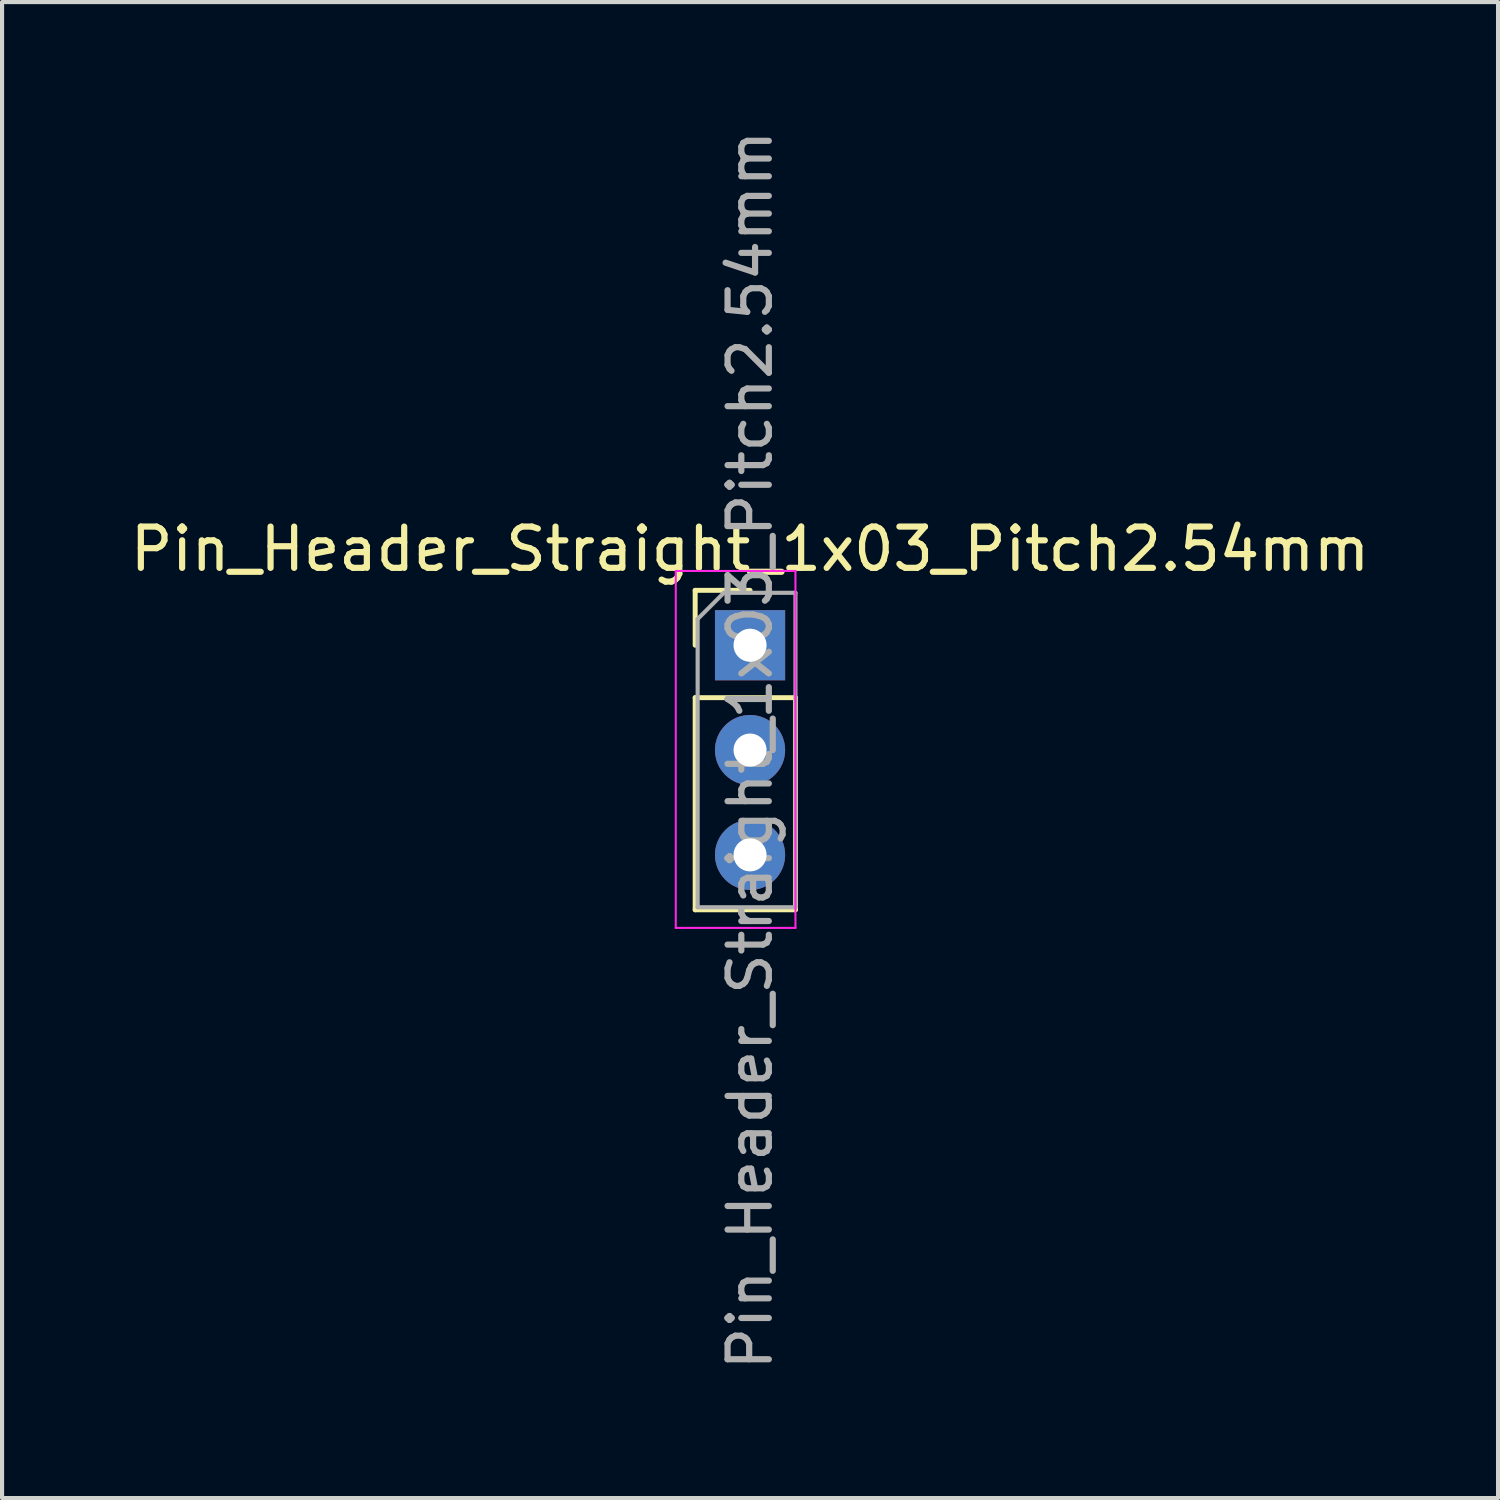
<source format=kicad_pcb>
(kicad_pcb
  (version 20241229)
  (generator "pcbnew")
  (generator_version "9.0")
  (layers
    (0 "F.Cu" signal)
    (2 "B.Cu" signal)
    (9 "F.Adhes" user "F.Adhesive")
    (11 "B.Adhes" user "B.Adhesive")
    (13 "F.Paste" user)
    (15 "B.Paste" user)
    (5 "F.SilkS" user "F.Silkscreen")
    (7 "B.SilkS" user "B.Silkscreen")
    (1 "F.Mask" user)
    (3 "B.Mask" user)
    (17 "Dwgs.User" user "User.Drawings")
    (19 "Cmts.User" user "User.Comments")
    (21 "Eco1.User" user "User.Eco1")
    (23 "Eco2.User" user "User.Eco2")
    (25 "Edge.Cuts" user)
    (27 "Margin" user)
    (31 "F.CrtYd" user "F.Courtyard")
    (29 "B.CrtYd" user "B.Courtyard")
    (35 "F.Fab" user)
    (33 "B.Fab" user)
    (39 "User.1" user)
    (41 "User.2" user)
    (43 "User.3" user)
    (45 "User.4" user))
  (footprint "Pin_Header_Straight_1x03_Pitch2.54mm"
    (layer "F.Cu")
    (at 15.125 12.585)
    (property "Reference" "Pin_Header_Straight_1x03_Pitch2.54mm" (at 0 -2.33 0) (layer "F.SilkS") (effects (font (size 1 1) (thickness 0.15))))
    (attr through_hole)
    (fp_line (start -1.33 -1.33) (end 0 -1.33) (stroke (width 0.12) (type solid)) (layer "F.SilkS"))
    (fp_line (start -1.33 0) (end -1.33 -1.33) (stroke (width 0.12) (type solid)) (layer "F.SilkS"))
    (fp_line (start -1.33 1.27) (end -1.33 6.41) (stroke (width 0.12) (type solid)) (layer "F.SilkS"))
    (fp_line (start -1.33 1.27) (end 1.1 1.27) (stroke (width 0.12) (type solid)) (layer "F.SilkS"))
    (fp_line (start -1.33 6.41) (end 1.1 6.41) (stroke (width 0.12) (type solid)) (layer "F.SilkS"))
    (fp_line (start 1.1 1.27) (end 1.1 6.41) (stroke (width 0.12) (type solid)) (layer "F.SilkS"))
    (fp_line (start -1.8 -1.8) (end -1.8 6.85) (stroke (width 0.05) (type solid)) (layer "F.CrtYd"))
    (fp_line (start -1.8 6.85) (end 1.1 6.85) (stroke (width 0.05) (type solid)) (layer "F.CrtYd"))
    (fp_line (start 1.1 -1.8) (end -1.8 -1.8) (stroke (width 0.05) (type solid)) (layer "F.CrtYd"))
    (fp_line (start 1.1 6.85) (end 1.1 -1.8) (stroke (width 0.05) (type solid)) (layer "F.CrtYd"))
    (fp_line (start -1.27 -0.635) (end -0.635 -1.27) (stroke (width 0.1) (type solid)) (layer "F.Fab"))
    (fp_line (start -1.27 6.35) (end -1.27 -0.635) (stroke (width 0.1) (type solid)) (layer "F.Fab"))
    (fp_line (start -0.635 -1.27) (end 1.1 -1.27) (stroke (width 0.1) (type solid)) (layer "F.Fab"))
    (fp_line (start 1.1 -1.27) (end 1.1 6.35) (stroke (width 0.1) (type solid)) (layer "F.Fab"))
    (fp_line (start 1.1 6.35) (end -1.27 6.35) (stroke (width 0.1) (type solid)) (layer "F.Fab"))
    (fp_text user "${REFERENCE}" (at 0 2.54 90) (layer "F.Fab") (effects (font (size 1 1) (thickness 0.15))))
    (pad "1" thru_hole rect (at 0 0) (size 1.7 1.7) (drill 0.8) (layers "*.Cu" "*.Mask"))
    (pad "2" thru_hole oval (at 0 2.54) (size 1.7 1.7) (drill 0.8) (layers "*.Cu" "*.Mask"))
    (pad "3" thru_hole oval (at 0 5.08) (size 1.7 1.7) (drill 0.8) (layers "*.Cu" "*.Mask")))
  (gr_rect
    (start -3 -3)
    (end 33.25 33.25)
    (stroke (width 0.1) (type default))
    (fill no)
    (layer "Edge.Cuts")))
</source>
